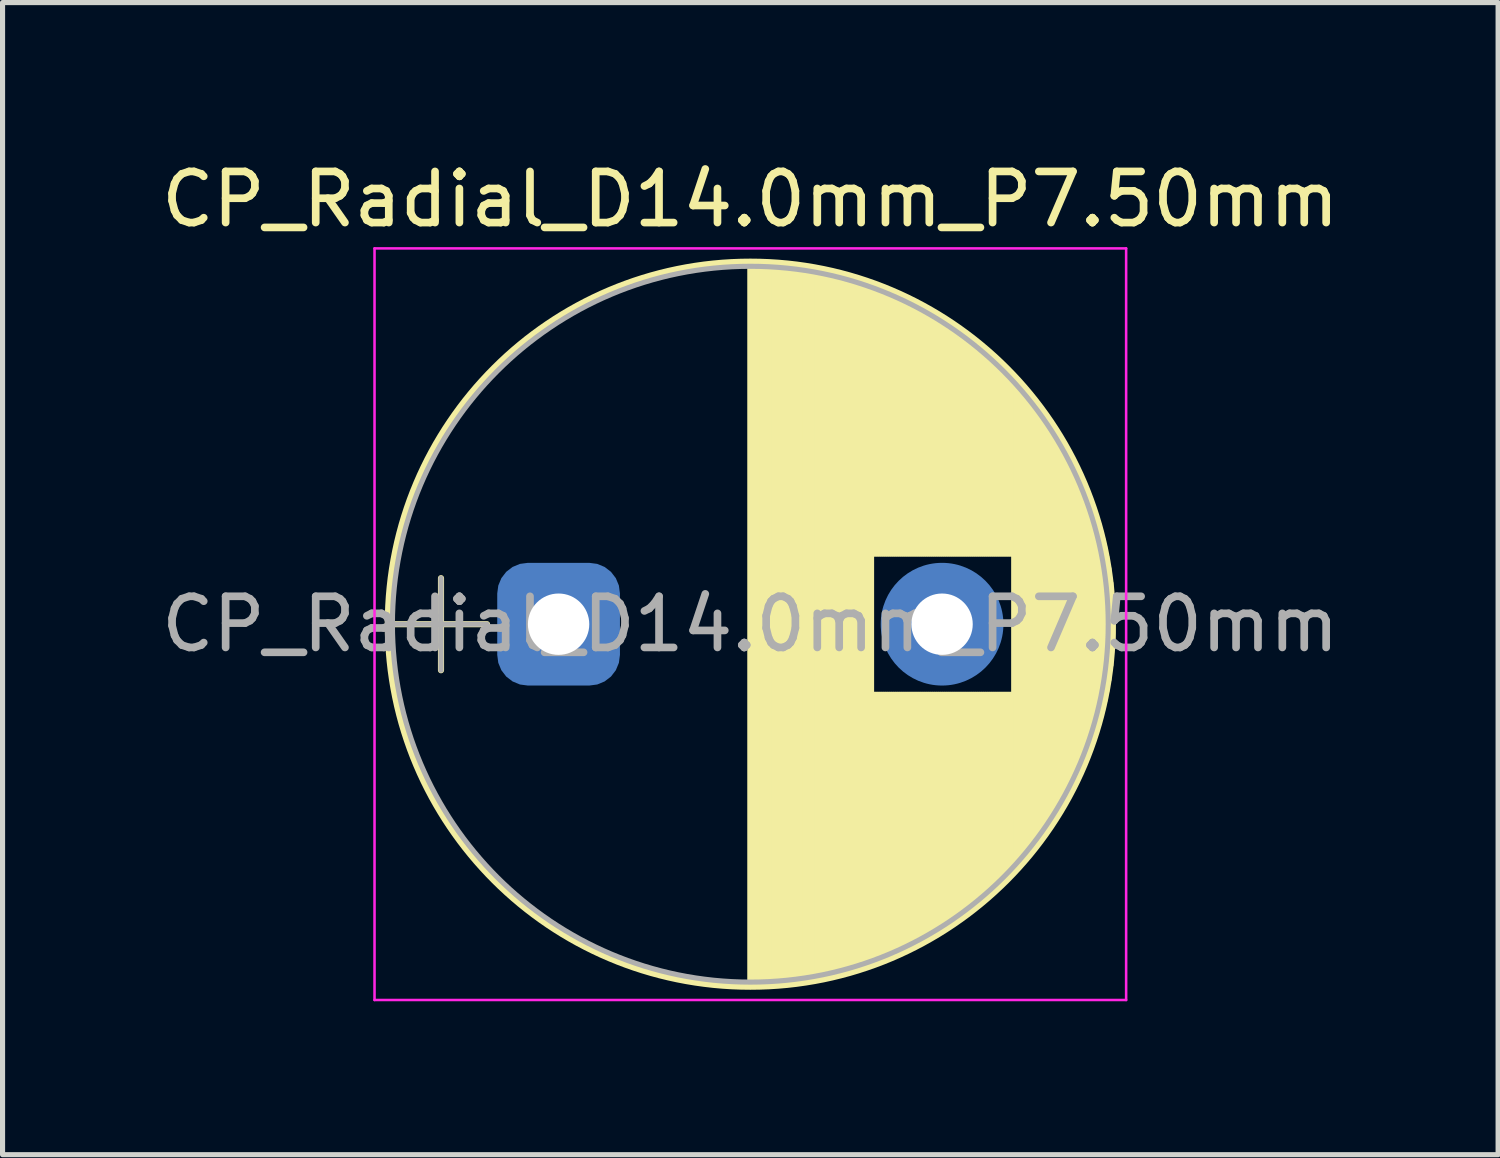
<source format=kicad_pcb>
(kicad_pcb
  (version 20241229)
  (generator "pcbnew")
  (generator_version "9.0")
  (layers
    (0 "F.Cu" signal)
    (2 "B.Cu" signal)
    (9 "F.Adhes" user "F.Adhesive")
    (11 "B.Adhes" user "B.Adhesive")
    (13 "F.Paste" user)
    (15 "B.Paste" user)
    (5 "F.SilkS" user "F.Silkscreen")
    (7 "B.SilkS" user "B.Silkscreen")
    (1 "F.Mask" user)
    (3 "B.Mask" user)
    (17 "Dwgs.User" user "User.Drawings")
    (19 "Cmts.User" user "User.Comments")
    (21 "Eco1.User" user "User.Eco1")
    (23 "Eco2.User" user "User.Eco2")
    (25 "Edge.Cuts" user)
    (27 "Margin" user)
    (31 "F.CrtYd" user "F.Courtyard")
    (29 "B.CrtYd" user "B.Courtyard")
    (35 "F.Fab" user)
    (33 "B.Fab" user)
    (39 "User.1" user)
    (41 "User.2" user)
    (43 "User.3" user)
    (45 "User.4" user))
  (footprint "CP_Radial_D14.0mm_P7.50mm"
    (layer "F.Cu")
    (at 7.875 9.158)
    (property "Reference" "CP_Radial_D14.0mm_P7.50mm" (at 3.75 -8.31 0) (layer "F.SilkS") (effects (font (size 1 1) (thickness 0.15))))
    (attr through_hole)
    (fp_line (start -3.2 0) (end -1.4 0) (stroke (width 0.12) (type solid)) (layer "F.SilkS"))
    (fp_line (start -2.3 -0.9) (end -2.3 0.9) (stroke (width 0.12) (type solid)) (layer "F.SilkS"))
    (fp_line (start 3.75 -7.05) (end 3.75 7.05) (stroke (width 0.12) (type solid)) (layer "F.SilkS"))
    (fp_line (start 3.79 -7.05) (end 3.79 7.05) (stroke (width 0.12) (type solid)) (layer "F.SilkS"))
    (fp_line (start 3.83 -7.05) (end 3.83 7.05) (stroke (width 0.12) (type solid)) (layer "F.SilkS"))
    (fp_line (start 3.87 -7.049) (end 3.87 7.049) (stroke (width 0.12) (type solid)) (layer "F.SilkS"))
    (fp_line (start 3.91 -7.049) (end 3.91 7.049) (stroke (width 0.12) (type solid)) (layer "F.SilkS"))
    (fp_line (start 3.95 -7.048) (end 3.95 7.048) (stroke (width 0.12) (type solid)) (layer "F.SilkS"))
    (fp_line (start 3.99 -7.046) (end 3.99 7.046) (stroke (width 0.12) (type solid)) (layer "F.SilkS"))
    (fp_line (start 4.03 -7.045) (end 4.03 7.045) (stroke (width 0.12) (type solid)) (layer "F.SilkS"))
    (fp_line (start 4.07 -7.043) (end 4.07 7.043) (stroke (width 0.12) (type solid)) (layer "F.SilkS"))
    (fp_line (start 4.11 -7.041) (end 4.11 7.041) (stroke (width 0.12) (type solid)) (layer "F.SilkS"))
    (fp_line (start 4.15 -7.039) (end 4.15 7.039) (stroke (width 0.12) (type solid)) (layer "F.SilkS"))
    (fp_line (start 4.19 -7.037) (end 4.19 7.037) (stroke (width 0.12) (type solid)) (layer "F.SilkS"))
    (fp_line (start 4.23 -7.034) (end 4.23 7.034) (stroke (width 0.12) (type solid)) (layer "F.SilkS"))
    (fp_line (start 4.27 -7.031) (end 4.27 7.031) (stroke (width 0.12) (type solid)) (layer "F.SilkS"))
    (fp_line (start 4.31 -7.028) (end 4.31 7.028) (stroke (width 0.12) (type solid)) (layer "F.SilkS"))
    (fp_line (start 4.35 -7.025) (end 4.35 7.025) (stroke (width 0.12) (type solid)) (layer "F.SilkS"))
    (fp_line (start 4.39 -7.022) (end 4.39 7.022) (stroke (width 0.12) (type solid)) (layer "F.SilkS"))
    (fp_line (start 4.43 -7.018) (end 4.43 7.018) (stroke (width 0.12) (type solid)) (layer "F.SilkS"))
    (fp_line (start 4.471 -7.014) (end 4.471 7.014) (stroke (width 0.12) (type solid)) (layer "F.SilkS"))
    (fp_line (start 4.511 -7.01) (end 4.511 7.01) (stroke (width 0.12) (type solid)) (layer "F.SilkS"))
    (fp_line (start 4.551 -7.005) (end 4.551 7.005) (stroke (width 0.12) (type solid)) (layer "F.SilkS"))
    (fp_line (start 4.591 -7.001) (end 4.591 7.001) (stroke (width 0.12) (type solid)) (layer "F.SilkS"))
    (fp_line (start 4.631 -6.996) (end 4.631 6.996) (stroke (width 0.12) (type solid)) (layer "F.SilkS"))
    (fp_line (start 4.671 -6.991) (end 4.671 6.991) (stroke (width 0.12) (type solid)) (layer "F.SilkS"))
    (fp_line (start 4.711 -6.985) (end 4.711 6.985) (stroke (width 0.12) (type solid)) (layer "F.SilkS"))
    (fp_line (start 4.751 -6.98) (end 4.751 6.98) (stroke (width 0.12) (type solid)) (layer "F.SilkS"))
    (fp_line (start 4.791 -6.974) (end 4.791 6.974) (stroke (width 0.12) (type solid)) (layer "F.SilkS"))
    (fp_line (start 4.831 -6.968) (end 4.831 6.968) (stroke (width 0.12) (type solid)) (layer "F.SilkS"))
    (fp_line (start 4.871 -6.961) (end 4.871 6.961) (stroke (width 0.12) (type solid)) (layer "F.SilkS"))
    (fp_line (start 4.911 -6.955) (end 4.911 6.955) (stroke (width 0.12) (type solid)) (layer "F.SilkS"))
    (fp_line (start 4.951 -6.948) (end 4.951 6.948) (stroke (width 0.12) (type solid)) (layer "F.SilkS"))
    (fp_line (start 4.991 -6.941) (end 4.991 6.941) (stroke (width 0.12) (type solid)) (layer "F.SilkS"))
    (fp_line (start 5.031 -6.934) (end 5.031 6.934) (stroke (width 0.12) (type solid)) (layer "F.SilkS"))
    (fp_line (start 5.071 -6.927) (end 5.071 6.927) (stroke (width 0.12) (type solid)) (layer "F.SilkS"))
    (fp_line (start 5.111 -6.919) (end 5.111 6.919) (stroke (width 0.12) (type solid)) (layer "F.SilkS"))
    (fp_line (start 5.151 -6.911) (end 5.151 6.911) (stroke (width 0.12) (type solid)) (layer "F.SilkS"))
    (fp_line (start 5.191 -6.903) (end 5.191 6.903) (stroke (width 0.12) (type solid)) (layer "F.SilkS"))
    (fp_line (start 5.231 -6.894) (end 5.231 6.894) (stroke (width 0.12) (type solid)) (layer "F.SilkS"))
    (fp_line (start 5.271 -6.886) (end 5.271 6.886) (stroke (width 0.12) (type solid)) (layer "F.SilkS"))
    (fp_line (start 5.311 -6.877) (end 5.311 6.877) (stroke (width 0.12) (type solid)) (layer "F.SilkS"))
    (fp_line (start 5.351 -6.868) (end 5.351 6.868) (stroke (width 0.12) (type solid)) (layer "F.SilkS"))
    (fp_line (start 5.391 -6.858) (end 5.391 6.858) (stroke (width 0.12) (type solid)) (layer "F.SilkS"))
    (fp_line (start 5.431 -6.849) (end 5.431 6.849) (stroke (width 0.12) (type solid)) (layer "F.SilkS"))
    (fp_line (start 5.471 -6.839) (end 5.471 6.839) (stroke (width 0.12) (type solid)) (layer "F.SilkS"))
    (fp_line (start 5.511 -6.829) (end 5.511 6.829) (stroke (width 0.12) (type solid)) (layer "F.SilkS"))
    (fp_line (start 5.551 -6.818) (end 5.551 6.818) (stroke (width 0.12) (type solid)) (layer "F.SilkS"))
    (fp_line (start 5.591 -6.808) (end 5.591 6.808) (stroke (width 0.12) (type solid)) (layer "F.SilkS"))
    (fp_line (start 5.631 -6.797) (end 5.631 6.797) (stroke (width 0.12) (type solid)) (layer "F.SilkS"))
    (fp_line (start 5.671 -6.786) (end 5.671 6.786) (stroke (width 0.12) (type solid)) (layer "F.SilkS"))
    (fp_line (start 5.711 -6.774) (end 5.711 6.774) (stroke (width 0.12) (type solid)) (layer "F.SilkS"))
    (fp_line (start 5.751 -6.763) (end 5.751 6.763) (stroke (width 0.12) (type solid)) (layer "F.SilkS"))
    (fp_line (start 5.791 -6.751) (end 5.791 6.751) (stroke (width 0.12) (type solid)) (layer "F.SilkS"))
    (fp_line (start 5.831 -6.739) (end 5.831 6.739) (stroke (width 0.12) (type solid)) (layer "F.SilkS"))
    (fp_line (start 5.871 -6.726) (end 5.871 6.726) (stroke (width 0.12) (type solid)) (layer "F.SilkS"))
    (fp_line (start 5.911 -6.713) (end 5.911 6.713) (stroke (width 0.12) (type solid)) (layer "F.SilkS"))
    (fp_line (start 5.951 -6.701) (end 5.951 6.701) (stroke (width 0.12) (type solid)) (layer "F.SilkS"))
    (fp_line (start 5.991 -6.687) (end 5.991 6.687) (stroke (width 0.12) (type solid)) (layer "F.SilkS"))
    (fp_line (start 6.031 -6.674) (end 6.031 6.674) (stroke (width 0.12) (type solid)) (layer "F.SilkS"))
    (fp_line (start 6.071 -6.66) (end 6.071 6.66) (stroke (width 0.12) (type solid)) (layer "F.SilkS"))
    (fp_line (start 6.111 -6.646) (end 6.111 6.646) (stroke (width 0.12) (type solid)) (layer "F.SilkS"))
    (fp_line (start 6.151 -6.632) (end 6.151 -1.38) (stroke (width 0.12) (type solid)) (layer "F.SilkS"))
    (fp_line (start 6.151 1.38) (end 6.151 6.632) (stroke (width 0.12) (type solid)) (layer "F.SilkS"))
    (fp_line (start 6.191 -6.617) (end 6.191 -1.38) (stroke (width 0.12) (type solid)) (layer "F.SilkS"))
    (fp_line (start 6.191 1.38) (end 6.191 6.617) (stroke (width 0.12) (type solid)) (layer "F.SilkS"))
    (fp_line (start 6.231 -6.603) (end 6.231 -1.38) (stroke (width 0.12) (type solid)) (layer "F.SilkS"))
    (fp_line (start 6.231 1.38) (end 6.231 6.603) (stroke (width 0.12) (type solid)) (layer "F.SilkS"))
    (fp_line (start 6.271 -6.588) (end 6.271 -1.38) (stroke (width 0.12) (type solid)) (layer "F.SilkS"))
    (fp_line (start 6.271 1.38) (end 6.271 6.588) (stroke (width 0.12) (type solid)) (layer "F.SilkS"))
    (fp_line (start 6.311 -6.572) (end 6.311 -1.38) (stroke (width 0.12) (type solid)) (layer "F.SilkS"))
    (fp_line (start 6.311 1.38) (end 6.311 6.572) (stroke (width 0.12) (type solid)) (layer "F.SilkS"))
    (fp_line (start 6.351 -6.557) (end 6.351 -1.38) (stroke (width 0.12) (type solid)) (layer "F.SilkS"))
    (fp_line (start 6.351 1.38) (end 6.351 6.557) (stroke (width 0.12) (type solid)) (layer "F.SilkS"))
    (fp_line (start 6.391 -6.541) (end 6.391 -1.38) (stroke (width 0.12) (type solid)) (layer "F.SilkS"))
    (fp_line (start 6.391 1.38) (end 6.391 6.541) (stroke (width 0.12) (type solid)) (layer "F.SilkS"))
    (fp_line (start 6.431 -6.524) (end 6.431 -1.38) (stroke (width 0.12) (type solid)) (layer "F.SilkS"))
    (fp_line (start 6.431 1.38) (end 6.431 6.524) (stroke (width 0.12) (type solid)) (layer "F.SilkS"))
    (fp_line (start 6.471 -6.508) (end 6.471 -1.38) (stroke (width 0.12) (type solid)) (layer "F.SilkS"))
    (fp_line (start 6.471 1.38) (end 6.471 6.508) (stroke (width 0.12) (type solid)) (layer "F.SilkS"))
    (fp_line (start 6.511 -6.491) (end 6.511 -1.38) (stroke (width 0.12) (type solid)) (layer "F.SilkS"))
    (fp_line (start 6.511 1.38) (end 6.511 6.491) (stroke (width 0.12) (type solid)) (layer "F.SilkS"))
    (fp_line (start 6.551 -6.474) (end 6.551 -1.38) (stroke (width 0.12) (type solid)) (layer "F.SilkS"))
    (fp_line (start 6.551 1.38) (end 6.551 6.474) (stroke (width 0.12) (type solid)) (layer "F.SilkS"))
    (fp_line (start 6.591 -6.457) (end 6.591 -1.38) (stroke (width 0.12) (type solid)) (layer "F.SilkS"))
    (fp_line (start 6.591 1.38) (end 6.591 6.457) (stroke (width 0.12) (type solid)) (layer "F.SilkS"))
    (fp_line (start 6.631 -6.439) (end 6.631 -1.38) (stroke (width 0.12) (type solid)) (layer "F.SilkS"))
    (fp_line (start 6.631 1.38) (end 6.631 6.439) (stroke (width 0.12) (type solid)) (layer "F.SilkS"))
    (fp_line (start 6.671 -6.421) (end 6.671 -1.38) (stroke (width 0.12) (type solid)) (layer "F.SilkS"))
    (fp_line (start 6.671 1.38) (end 6.671 6.421) (stroke (width 0.12) (type solid)) (layer "F.SilkS"))
    (fp_line (start 6.711 -6.403) (end 6.711 -1.38) (stroke (width 0.12) (type solid)) (layer "F.SilkS"))
    (fp_line (start 6.711 1.38) (end 6.711 6.403) (stroke (width 0.12) (type solid)) (layer "F.SilkS"))
    (fp_line (start 6.751 -6.385) (end 6.751 -1.38) (stroke (width 0.12) (type solid)) (layer "F.SilkS"))
    (fp_line (start 6.751 1.38) (end 6.751 6.385) (stroke (width 0.12) (type solid)) (layer "F.SilkS"))
    (fp_line (start 6.791 -6.366) (end 6.791 -1.38) (stroke (width 0.12) (type solid)) (layer "F.SilkS"))
    (fp_line (start 6.791 1.38) (end 6.791 6.366) (stroke (width 0.12) (type solid)) (layer "F.SilkS"))
    (fp_line (start 6.831 -6.347) (end 6.831 -1.38) (stroke (width 0.12) (type solid)) (layer "F.SilkS"))
    (fp_line (start 6.831 1.38) (end 6.831 6.347) (stroke (width 0.12) (type solid)) (layer "F.SilkS"))
    (fp_line (start 6.871 -6.327) (end 6.871 -1.38) (stroke (width 0.12) (type solid)) (layer "F.SilkS"))
    (fp_line (start 6.871 1.38) (end 6.871 6.327) (stroke (width 0.12) (type solid)) (layer "F.SilkS"))
    (fp_line (start 6.911 -6.307) (end 6.911 -1.38) (stroke (width 0.12) (type solid)) (layer "F.SilkS"))
    (fp_line (start 6.911 1.38) (end 6.911 6.307) (stroke (width 0.12) (type solid)) (layer "F.SilkS"))
    (fp_line (start 6.951 -6.287) (end 6.951 -1.38) (stroke (width 0.12) (type solid)) (layer "F.SilkS"))
    (fp_line (start 6.951 1.38) (end 6.951 6.287) (stroke (width 0.12) (type solid)) (layer "F.SilkS"))
    (fp_line (start 6.991 -6.267) (end 6.991 -1.38) (stroke (width 0.12) (type solid)) (layer "F.SilkS"))
    (fp_line (start 6.991 1.38) (end 6.991 6.267) (stroke (width 0.12) (type solid)) (layer "F.SilkS"))
    (fp_line (start 7.031 -6.246) (end 7.031 -1.38) (stroke (width 0.12) (type solid)) (layer "F.SilkS"))
    (fp_line (start 7.031 1.38) (end 7.031 6.246) (stroke (width 0.12) (type solid)) (layer "F.SilkS"))
    (fp_line (start 7.071 -6.225) (end 7.071 -1.38) (stroke (width 0.12) (type solid)) (layer "F.SilkS"))
    (fp_line (start 7.071 1.38) (end 7.071 6.225) (stroke (width 0.12) (type solid)) (layer "F.SilkS"))
    (fp_line (start 7.111 -6.204) (end 7.111 -1.38) (stroke (width 0.12) (type solid)) (layer "F.SilkS"))
    (fp_line (start 7.111 1.38) (end 7.111 6.204) (stroke (width 0.12) (type solid)) (layer "F.SilkS"))
    (fp_line (start 7.151 -6.182) (end 7.151 -1.38) (stroke (width 0.12) (type solid)) (layer "F.SilkS"))
    (fp_line (start 7.151 1.38) (end 7.151 6.182) (stroke (width 0.12) (type solid)) (layer "F.SilkS"))
    (fp_line (start 7.191 -6.16) (end 7.191 -1.38) (stroke (width 0.12) (type solid)) (layer "F.SilkS"))
    (fp_line (start 7.191 1.38) (end 7.191 6.16) (stroke (width 0.12) (type solid)) (layer "F.SilkS"))
    (fp_line (start 7.231 -6.138) (end 7.231 -1.38) (stroke (width 0.12) (type solid)) (layer "F.SilkS"))
    (fp_line (start 7.231 1.38) (end 7.231 6.138) (stroke (width 0.12) (type solid)) (layer "F.SilkS"))
    (fp_line (start 7.271 -6.115) (end 7.271 -1.38) (stroke (width 0.12) (type solid)) (layer "F.SilkS"))
    (fp_line (start 7.271 1.38) (end 7.271 6.115) (stroke (width 0.12) (type solid)) (layer "F.SilkS"))
    (fp_line (start 7.311 -6.092) (end 7.311 -1.38) (stroke (width 0.12) (type solid)) (layer "F.SilkS"))
    (fp_line (start 7.311 1.38) (end 7.311 6.092) (stroke (width 0.12) (type solid)) (layer "F.SilkS"))
    (fp_line (start 7.351 -6.069) (end 7.351 -1.38) (stroke (width 0.12) (type solid)) (layer "F.SilkS"))
    (fp_line (start 7.351 1.38) (end 7.351 6.069) (stroke (width 0.12) (type solid)) (layer "F.SilkS"))
    (fp_line (start 7.391 -6.045) (end 7.391 -1.38) (stroke (width 0.12) (type solid)) (layer "F.SilkS"))
    (fp_line (start 7.391 1.38) (end 7.391 6.045) (stroke (width 0.12) (type solid)) (layer "F.SilkS"))
    (fp_line (start 7.431 -6.021) (end 7.431 -1.38) (stroke (width 0.12) (type solid)) (layer "F.SilkS"))
    (fp_line (start 7.431 1.38) (end 7.431 6.021) (stroke (width 0.12) (type solid)) (layer "F.SilkS"))
    (fp_line (start 7.471 -5.996) (end 7.471 -1.38) (stroke (width 0.12) (type solid)) (layer "F.SilkS"))
    (fp_line (start 7.471 1.38) (end 7.471 5.996) (stroke (width 0.12) (type solid)) (layer "F.SilkS"))
    (fp_line (start 7.511 -5.971) (end 7.511 -1.38) (stroke (width 0.12) (type solid)) (layer "F.SilkS"))
    (fp_line (start 7.511 1.38) (end 7.511 5.971) (stroke (width 0.12) (type solid)) (layer "F.SilkS"))
    (fp_line (start 7.551 -5.946) (end 7.551 -1.38) (stroke (width 0.12) (type solid)) (layer "F.SilkS"))
    (fp_line (start 7.551 1.38) (end 7.551 5.946) (stroke (width 0.12) (type solid)) (layer "F.SilkS"))
    (fp_line (start 7.591 -5.921) (end 7.591 -1.38) (stroke (width 0.12) (type solid)) (layer "F.SilkS"))
    (fp_line (start 7.591 1.38) (end 7.591 5.921) (stroke (width 0.12) (type solid)) (layer "F.SilkS"))
    (fp_line (start 7.631 -5.895) (end 7.631 -1.38) (stroke (width 0.12) (type solid)) (layer "F.SilkS"))
    (fp_line (start 7.631 1.38) (end 7.631 5.895) (stroke (width 0.12) (type solid)) (layer "F.SilkS"))
    (fp_line (start 7.671 -5.868) (end 7.671 -1.38) (stroke (width 0.12) (type solid)) (layer "F.SilkS"))
    (fp_line (start 7.671 1.38) (end 7.671 5.868) (stroke (width 0.12) (type solid)) (layer "F.SilkS"))
    (fp_line (start 7.711 -5.842) (end 7.711 -1.38) (stroke (width 0.12) (type solid)) (layer "F.SilkS"))
    (fp_line (start 7.711 1.38) (end 7.711 5.842) (stroke (width 0.12) (type solid)) (layer "F.SilkS"))
    (fp_line (start 7.751 -5.814) (end 7.751 -1.38) (stroke (width 0.12) (type solid)) (layer "F.SilkS"))
    (fp_line (start 7.751 1.38) (end 7.751 5.814) (stroke (width 0.12) (type solid)) (layer "F.SilkS"))
    (fp_line (start 7.791 -5.787) (end 7.791 -1.38) (stroke (width 0.12) (type solid)) (layer "F.SilkS"))
    (fp_line (start 7.791 1.38) (end 7.791 5.787) (stroke (width 0.12) (type solid)) (layer "F.SilkS"))
    (fp_line (start 7.831 -5.759) (end 7.831 -1.38) (stroke (width 0.12) (type solid)) (layer "F.SilkS"))
    (fp_line (start 7.831 1.38) (end 7.831 5.759) (stroke (width 0.12) (type solid)) (layer "F.SilkS"))
    (fp_line (start 7.871 -5.731) (end 7.871 -1.38) (stroke (width 0.12) (type solid)) (layer "F.SilkS"))
    (fp_line (start 7.871 1.38) (end 7.871 5.731) (stroke (width 0.12) (type solid)) (layer "F.SilkS"))
    (fp_line (start 7.911 -5.702) (end 7.911 -1.38) (stroke (width 0.12) (type solid)) (layer "F.SilkS"))
    (fp_line (start 7.911 1.38) (end 7.911 5.702) (stroke (width 0.12) (type solid)) (layer "F.SilkS"))
    (fp_line (start 7.951 -5.673) (end 7.951 -1.38) (stroke (width 0.12) (type solid)) (layer "F.SilkS"))
    (fp_line (start 7.951 1.38) (end 7.951 5.673) (stroke (width 0.12) (type solid)) (layer "F.SilkS"))
    (fp_line (start 7.991 -5.643) (end 7.991 -1.38) (stroke (width 0.12) (type solid)) (layer "F.SilkS"))
    (fp_line (start 7.991 1.38) (end 7.991 5.643) (stroke (width 0.12) (type solid)) (layer "F.SilkS"))
    (fp_line (start 8.031 -5.613) (end 8.031 -1.38) (stroke (width 0.12) (type solid)) (layer "F.SilkS"))
    (fp_line (start 8.031 1.38) (end 8.031 5.613) (stroke (width 0.12) (type solid)) (layer "F.SilkS"))
    (fp_line (start 8.071 -5.582) (end 8.071 -1.38) (stroke (width 0.12) (type solid)) (layer "F.SilkS"))
    (fp_line (start 8.071 1.38) (end 8.071 5.582) (stroke (width 0.12) (type solid)) (layer "F.SilkS"))
    (fp_line (start 8.111 -5.551) (end 8.111 -1.38) (stroke (width 0.12) (type solid)) (layer "F.SilkS"))
    (fp_line (start 8.111 1.38) (end 8.111 5.551) (stroke (width 0.12) (type solid)) (layer "F.SilkS"))
    (fp_line (start 8.151 -5.52) (end 8.151 -1.38) (stroke (width 0.12) (type solid)) (layer "F.SilkS"))
    (fp_line (start 8.151 1.38) (end 8.151 5.52) (stroke (width 0.12) (type solid)) (layer "F.SilkS"))
    (fp_line (start 8.191 -5.488) (end 8.191 -1.38) (stroke (width 0.12) (type solid)) (layer "F.SilkS"))
    (fp_line (start 8.191 1.38) (end 8.191 5.488) (stroke (width 0.12) (type solid)) (layer "F.SilkS"))
    (fp_line (start 8.231 -5.456) (end 8.231 -1.38) (stroke (width 0.12) (type solid)) (layer "F.SilkS"))
    (fp_line (start 8.231 1.38) (end 8.231 5.456) (stroke (width 0.12) (type solid)) (layer "F.SilkS"))
    (fp_line (start 8.271 -5.423) (end 8.271 -1.38) (stroke (width 0.12) (type solid)) (layer "F.SilkS"))
    (fp_line (start 8.271 1.38) (end 8.271 5.423) (stroke (width 0.12) (type solid)) (layer "F.SilkS"))
    (fp_line (start 8.311 -5.39) (end 8.311 -1.38) (stroke (width 0.12) (type solid)) (layer "F.SilkS"))
    (fp_line (start 8.311 1.38) (end 8.311 5.39) (stroke (width 0.12) (type solid)) (layer "F.SilkS"))
    (fp_line (start 8.351 -5.356) (end 8.351 -1.38) (stroke (width 0.12) (type solid)) (layer "F.SilkS"))
    (fp_line (start 8.351 1.38) (end 8.351 5.356) (stroke (width 0.12) (type solid)) (layer "F.SilkS"))
    (fp_line (start 8.391 -5.321) (end 8.391 -1.38) (stroke (width 0.12) (type solid)) (layer "F.SilkS"))
    (fp_line (start 8.391 1.38) (end 8.391 5.321) (stroke (width 0.12) (type solid)) (layer "F.SilkS"))
    (fp_line (start 8.431 -5.286) (end 8.431 -1.38) (stroke (width 0.12) (type solid)) (layer "F.SilkS"))
    (fp_line (start 8.431 1.38) (end 8.431 5.286) (stroke (width 0.12) (type solid)) (layer "F.SilkS"))
    (fp_line (start 8.471 -5.251) (end 8.471 -1.38) (stroke (width 0.12) (type solid)) (layer "F.SilkS"))
    (fp_line (start 8.471 1.38) (end 8.471 5.251) (stroke (width 0.12) (type solid)) (layer "F.SilkS"))
    (fp_line (start 8.511 -5.215) (end 8.511 -1.38) (stroke (width 0.12) (type solid)) (layer "F.SilkS"))
    (fp_line (start 8.511 1.38) (end 8.511 5.215) (stroke (width 0.12) (type solid)) (layer "F.SilkS"))
    (fp_line (start 8.551 -5.179) (end 8.551 -1.38) (stroke (width 0.12) (type solid)) (layer "F.SilkS"))
    (fp_line (start 8.551 1.38) (end 8.551 5.179) (stroke (width 0.12) (type solid)) (layer "F.SilkS"))
    (fp_line (start 8.591 -5.141) (end 8.591 -1.38) (stroke (width 0.12) (type solid)) (layer "F.SilkS"))
    (fp_line (start 8.591 1.38) (end 8.591 5.141) (stroke (width 0.12) (type solid)) (layer "F.SilkS"))
    (fp_line (start 8.631 -5.104) (end 8.631 -1.38) (stroke (width 0.12) (type solid)) (layer "F.SilkS"))
    (fp_line (start 8.631 1.38) (end 8.631 5.104) (stroke (width 0.12) (type solid)) (layer "F.SilkS"))
    (fp_line (start 8.671 -5.066) (end 8.671 -1.38) (stroke (width 0.12) (type solid)) (layer "F.SilkS"))
    (fp_line (start 8.671 1.38) (end 8.671 5.066) (stroke (width 0.12) (type solid)) (layer "F.SilkS"))
    (fp_line (start 8.711 -5.027) (end 8.711 -1.38) (stroke (width 0.12) (type solid)) (layer "F.SilkS"))
    (fp_line (start 8.711 1.38) (end 8.711 5.027) (stroke (width 0.12) (type solid)) (layer "F.SilkS"))
    (fp_line (start 8.751 -4.987) (end 8.751 -1.38) (stroke (width 0.12) (type solid)) (layer "F.SilkS"))
    (fp_line (start 8.751 1.38) (end 8.751 4.987) (stroke (width 0.12) (type solid)) (layer "F.SilkS"))
    (fp_line (start 8.791 -4.947) (end 8.791 -1.38) (stroke (width 0.12) (type solid)) (layer "F.SilkS"))
    (fp_line (start 8.791 1.38) (end 8.791 4.947) (stroke (width 0.12) (type solid)) (layer "F.SilkS"))
    (fp_line (start 8.831 -4.906) (end 8.831 -1.38) (stroke (width 0.12) (type solid)) (layer "F.SilkS"))
    (fp_line (start 8.831 1.38) (end 8.831 4.906) (stroke (width 0.12) (type solid)) (layer "F.SilkS"))
    (fp_line (start 8.871 -4.865) (end 8.871 -1.38) (stroke (width 0.12) (type solid)) (layer "F.SilkS"))
    (fp_line (start 8.871 1.38) (end 8.871 4.865) (stroke (width 0.12) (type solid)) (layer "F.SilkS"))
    (fp_line (start 8.911 -4.823) (end 8.911 4.823) (stroke (width 0.12) (type solid)) (layer "F.SilkS"))
    (fp_line (start 8.951 -4.78) (end 8.951 4.78) (stroke (width 0.12) (type solid)) (layer "F.SilkS"))
    (fp_line (start 8.991 -4.737) (end 8.991 4.737) (stroke (width 0.12) (type solid)) (layer "F.SilkS"))
    (fp_line (start 9.031 -4.692) (end 9.031 4.692) (stroke (width 0.12) (type solid)) (layer "F.SilkS"))
    (fp_line (start 9.071 -4.647) (end 9.071 4.647) (stroke (width 0.12) (type solid)) (layer "F.SilkS"))
    (fp_line (start 9.111 -4.601) (end 9.111 4.601) (stroke (width 0.12) (type solid)) (layer "F.SilkS"))
    (fp_line (start 9.151 -4.555) (end 9.151 4.555) (stroke (width 0.12) (type solid)) (layer "F.SilkS"))
    (fp_line (start 9.191 -4.507) (end 9.191 4.507) (stroke (width 0.12) (type solid)) (layer "F.SilkS"))
    (fp_line (start 9.231 -4.459) (end 9.231 4.459) (stroke (width 0.12) (type solid)) (layer "F.SilkS"))
    (fp_line (start 9.271 -4.41) (end 9.271 4.41) (stroke (width 0.12) (type solid)) (layer "F.SilkS"))
    (fp_line (start 9.311 -4.36) (end 9.311 4.36) (stroke (width 0.12) (type solid)) (layer "F.SilkS"))
    (fp_line (start 9.351 -4.309) (end 9.351 4.309) (stroke (width 0.12) (type solid)) (layer "F.SilkS"))
    (fp_line (start 9.391 -4.257) (end 9.391 4.257) (stroke (width 0.12) (type solid)) (layer "F.SilkS"))
    (fp_line (start 9.431 -4.204) (end 9.431 4.204) (stroke (width 0.12) (type solid)) (layer "F.SilkS"))
    (fp_line (start 9.471 -4.15) (end 9.471 4.15) (stroke (width 0.12) (type solid)) (layer "F.SilkS"))
    (fp_line (start 9.511 -4.095) (end 9.511 4.095) (stroke (width 0.12) (type solid)) (layer "F.SilkS"))
    (fp_line (start 9.551 -4.038) (end 9.551 4.038) (stroke (width 0.12) (type solid)) (layer "F.SilkS"))
    (fp_line (start 9.591 -3.981) (end 9.591 3.981) (stroke (width 0.12) (type solid)) (layer "F.SilkS"))
    (fp_line (start 9.631 -3.922) (end 9.631 3.922) (stroke (width 0.12) (type solid)) (layer "F.SilkS"))
    (fp_line (start 9.671 -3.862) (end 9.671 3.862) (stroke (width 0.12) (type solid)) (layer "F.SilkS"))
    (fp_line (start 9.711 -3.801) (end 9.711 3.801) (stroke (width 0.12) (type solid)) (layer "F.SilkS"))
    (fp_line (start 9.751 -3.738) (end 9.751 3.738) (stroke (width 0.12) (type solid)) (layer "F.SilkS"))
    (fp_line (start 9.791 -3.674) (end 9.791 3.674) (stroke (width 0.12) (type solid)) (layer "F.SilkS"))
    (fp_line (start 9.831 -3.608) (end 9.831 3.608) (stroke (width 0.12) (type solid)) (layer "F.SilkS"))
    (fp_line (start 9.871 -3.54) (end 9.871 3.54) (stroke (width 0.12) (type solid)) (layer "F.SilkS"))
    (fp_line (start 9.911 -3.471) (end 9.911 3.471) (stroke (width 0.12) (type solid)) (layer "F.SilkS"))
    (fp_line (start 9.951 -3.4) (end 9.951 3.4) (stroke (width 0.12) (type solid)) (layer "F.SilkS"))
    (fp_line (start 9.991 -3.327) (end 9.991 3.327) (stroke (width 0.12) (type solid)) (layer "F.SilkS"))
    (fp_line (start 10.031 -3.251) (end 10.031 3.251) (stroke (width 0.12) (type solid)) (layer "F.SilkS"))
    (fp_line (start 10.071 -3.174) (end 10.071 3.174) (stroke (width 0.12) (type solid)) (layer "F.SilkS"))
    (fp_line (start 10.111 -3.094) (end 10.111 3.094) (stroke (width 0.12) (type solid)) (layer "F.SilkS"))
    (fp_line (start 10.151 -3.011) (end 10.151 3.011) (stroke (width 0.12) (type solid)) (layer "F.SilkS"))
    (fp_line (start 10.191 -2.926) (end 10.191 2.926) (stroke (width 0.12) (type solid)) (layer "F.SilkS"))
    (fp_line (start 10.231 -2.838) (end 10.231 2.838) (stroke (width 0.12) (type solid)) (layer "F.SilkS"))
    (fp_line (start 10.271 -2.746) (end 10.271 2.746) (stroke (width 0.12) (type solid)) (layer "F.SilkS"))
    (fp_line (start 10.311 -2.65) (end 10.311 2.65) (stroke (width 0.12) (type solid)) (layer "F.SilkS"))
    (fp_line (start 10.351 -2.55) (end 10.351 2.55) (stroke (width 0.12) (type solid)) (layer "F.SilkS"))
    (fp_line (start 10.391 -2.446) (end 10.391 2.446) (stroke (width 0.12) (type solid)) (layer "F.SilkS"))
    (fp_line (start 10.431 -2.337) (end 10.431 2.337) (stroke (width 0.12) (type solid)) (layer "F.SilkS"))
    (fp_line (start 10.471 -2.221) (end 10.471 2.221) (stroke (width 0.12) (type solid)) (layer "F.SilkS"))
    (fp_line (start 10.511 -2.098) (end 10.511 2.098) (stroke (width 0.12) (type solid)) (layer "F.SilkS"))
    (fp_line (start 10.551 -1.968) (end 10.551 1.968) (stroke (width 0.12) (type solid)) (layer "F.SilkS"))
    (fp_line (start 10.591 -1.827) (end 10.591 1.827) (stroke (width 0.12) (type solid)) (layer "F.SilkS"))
    (fp_line (start 10.631 -1.673) (end 10.631 1.673) (stroke (width 0.12) (type solid)) (layer "F.SilkS"))
    (fp_line (start 10.671 -1.504) (end 10.671 1.504) (stroke (width 0.12) (type solid)) (layer "F.SilkS"))
    (fp_line (start 10.711 -1.312) (end 10.711 1.312) (stroke (width 0.12) (type solid)) (layer "F.SilkS"))
    (fp_line (start 10.751 -1.087) (end 10.751 1.087) (stroke (width 0.12) (type solid)) (layer "F.SilkS"))
    (fp_line (start 10.791 -0.801) (end 10.791 0.801) (stroke (width 0.12) (type solid)) (layer "F.SilkS"))
    (fp_line (start 10.831 -0.337) (end 10.831 0.337) (stroke (width 0.12) (type solid)) (layer "F.SilkS"))
    (fp_circle (center 3.75 0) (end 10.84 0) (stroke (width 0.12) (type solid)) (fill no) (layer "F.SilkS"))
    (fp_line (start -3.6 -7.35) (end -3.6 7.35) (stroke (width 0.05) (type solid)) (layer "F.CrtYd"))
    (fp_line (start -3.6 7.35) (end 11.1 7.35) (stroke (width 0.05) (type solid)) (layer "F.CrtYd"))
    (fp_line (start 11.1 -7.35) (end -3.6 -7.35) (stroke (width 0.05) (type solid)) (layer "F.CrtYd"))
    (fp_line (start 11.1 7.35) (end 11.1 -7.35) (stroke (width 0.05) (type solid)) (layer "F.CrtYd"))
    (fp_line (start -3.2 0) (end -1.4 0) (stroke (width 0.1) (type solid)) (layer "F.Fab"))
    (fp_line (start -2.3 -0.9) (end -2.3 0.9) (stroke (width 0.1) (type solid)) (layer "F.Fab"))
    (fp_circle (center 3.75 0) (end 10.75 0) (stroke (width 0.1) (type solid)) (fill no) (layer "F.Fab"))
    (fp_text user "${REFERENCE}" (at 3.75 0 0) (layer "F.Fab") (effects (font (size 1 1) (thickness 0.15))))
    (pad "1" thru_hole circle (at 0 0) (size 1.6 1.6) (drill 1.2) (layers "*.Cu" "*.Mask"))
    (pad "1" smd roundrect (at 0 0) (size 2.4 2.4) (layers "B.Cu" "B.Mask") (roundrect_rratio 0.25))
    (pad "2" thru_hole circle (at 7.5 0) (size 1.6 1.6) (drill 1.2) (layers "*.Cu" "*.Mask"))
    (pad "2" smd circle (at 7.5 0) (size 2.4 2.4) (layers "B.Cu" "B.Mask")))
  (gr_rect
    (start -3 -3)
    (end 26.25 19.533)
    (stroke (width 0.1) (type default))
    (fill no)
    (layer "Edge.Cuts")))
</source>
